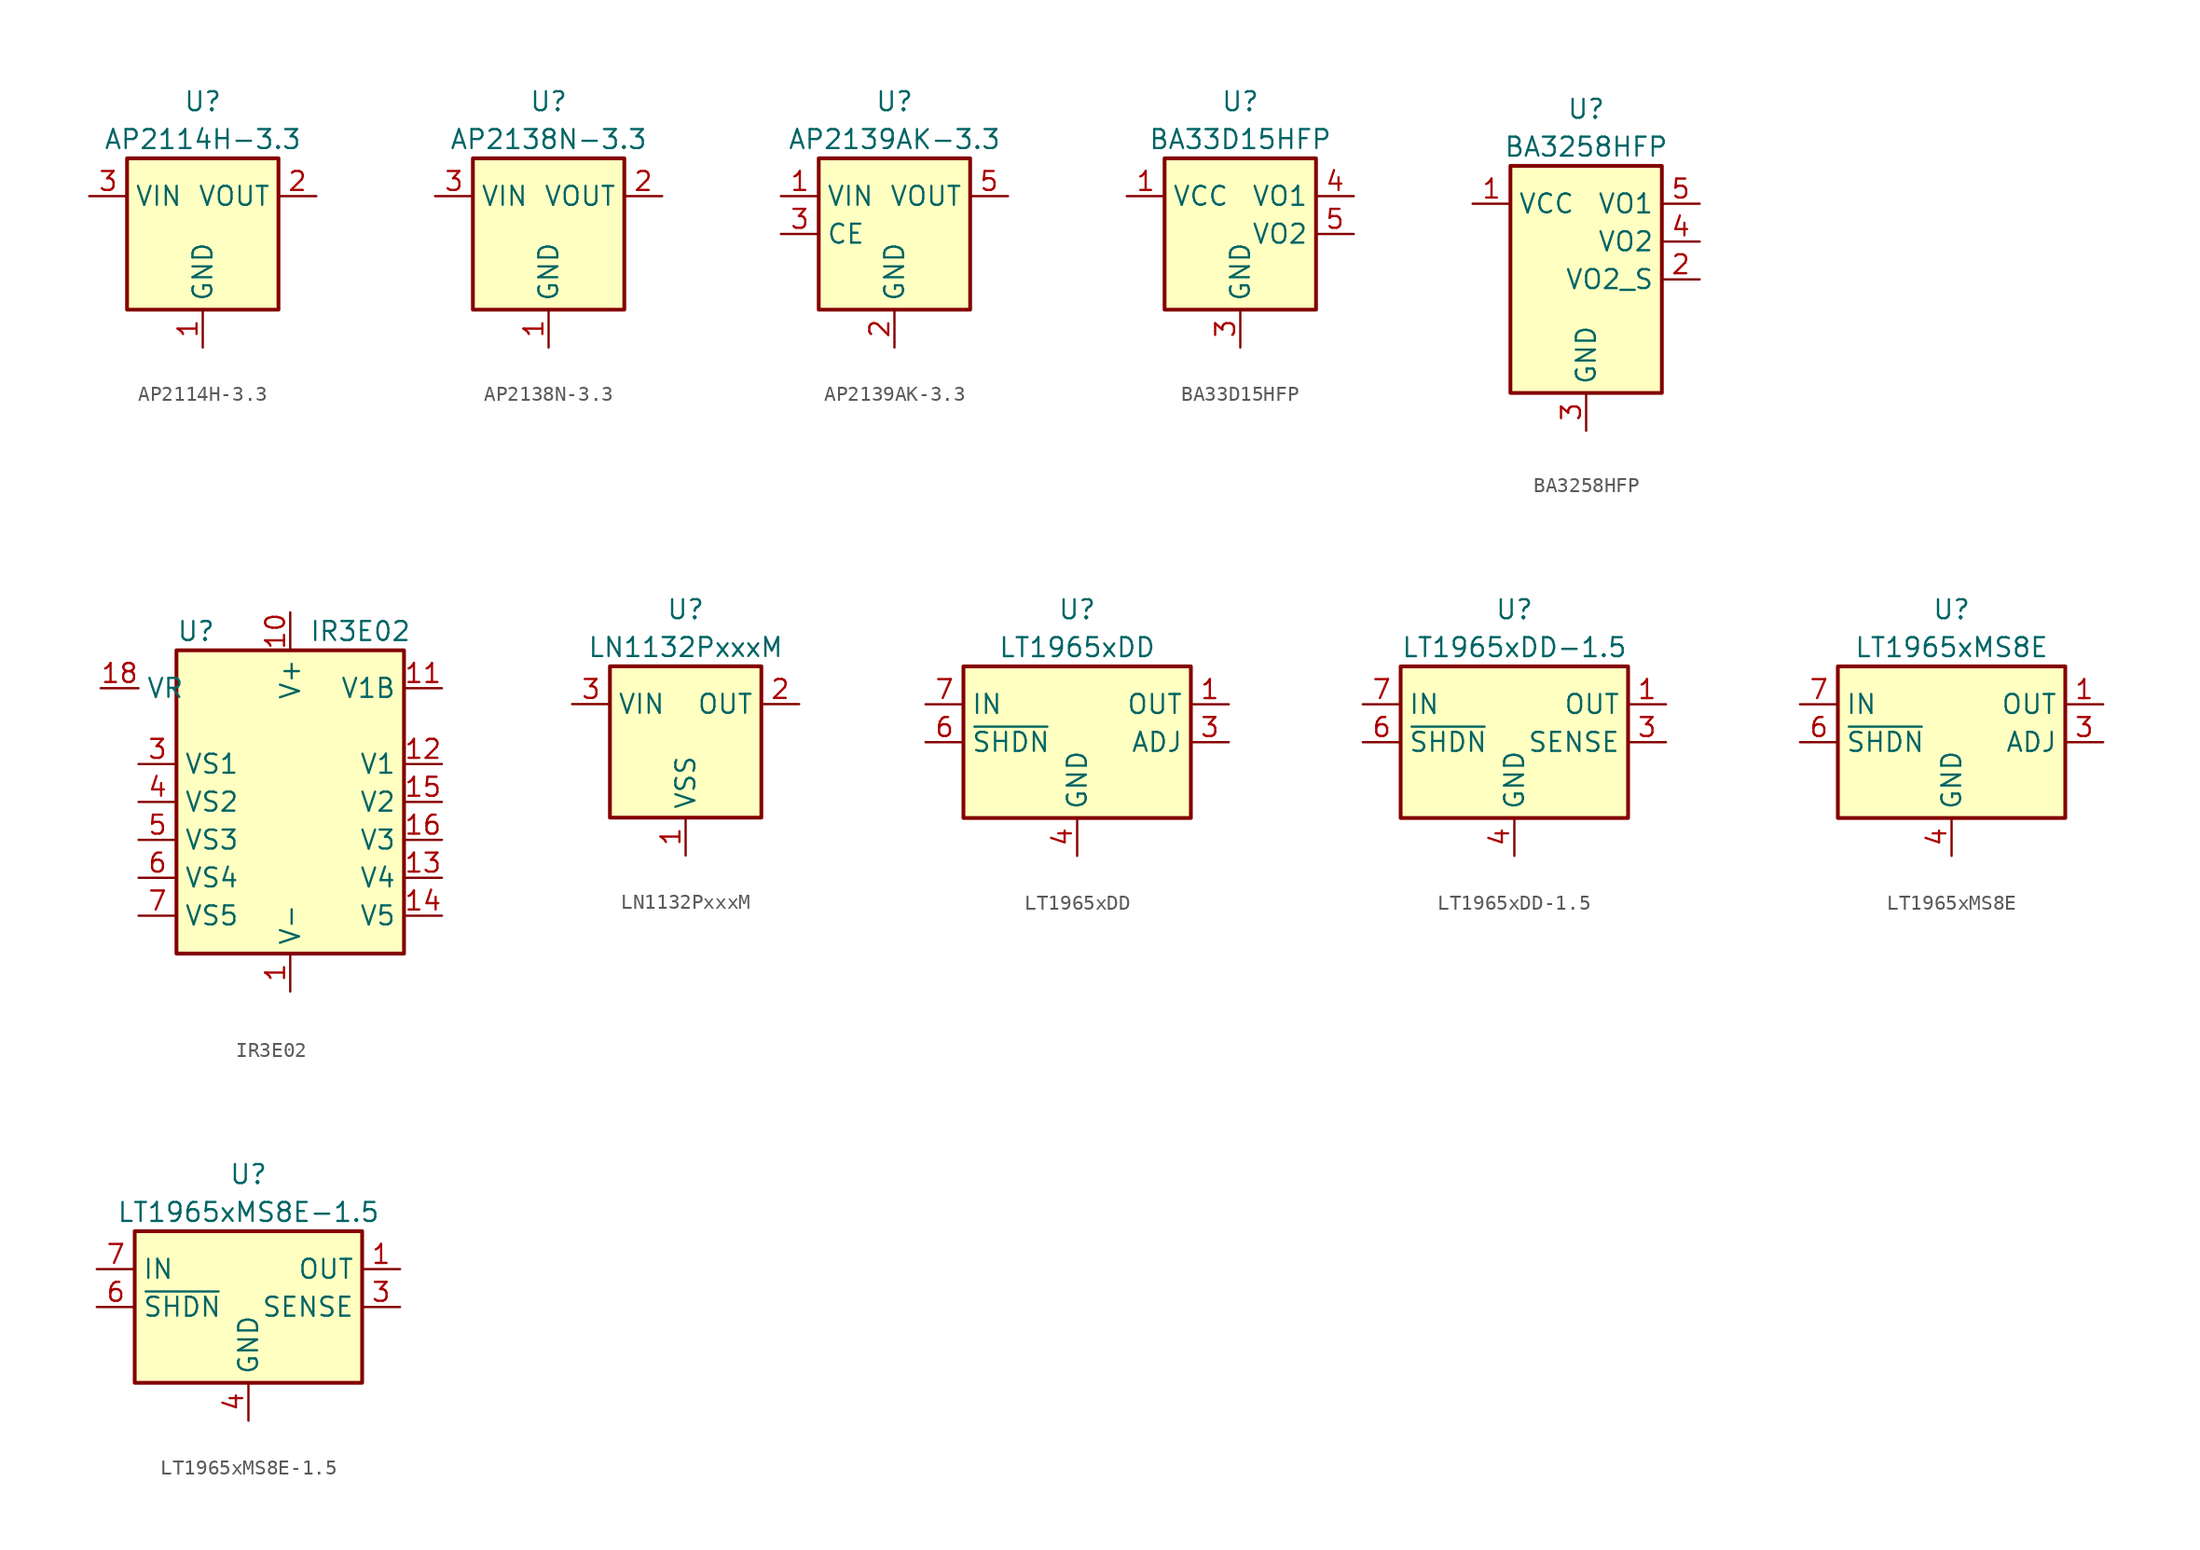
<source format=kicad_sym>
(kicad_symbol_lib
  (version 20211014)
  (generator kicad_symbol_editor)
  (symbol "AP2114H-3.3"
    (property "Reference" "U"
      (at 0 8.89 0)
      (effects (font (size 1.27 1.27))))
    (property "Value" "AP2114H-3.3"
      (at 0 6.35 0)
      (effects (font (size 1.27 1.27))))
    (symbol "AP2114H-3.3_1_1"
      (rectangle (start -5.08 5.08) (end 5.08 -5.08) (stroke (width 0.254) (type default) (color 0 0 0 0)) (fill (type background)))
      (pin power_in line (at 0 -7.62 90) (length 2.54) (name "GND" (effects (font (size 1.27 1.27)))) (number "1" (effects (font (size 1.27 1.27)))))
      (pin power_out line (at 7.62 2.54 180) (length 2.54) (name "VOUT" (effects (font (size 1.27 1.27)))) (number "2" (effects (font (size 1.27 1.27)))))
      (pin power_in line (at -7.62 2.54 0) (length 2.54) (name "VIN" (effects (font (size 1.27 1.27)))) (number "3" (effects (font (size 1.27 1.27)))))
      (pin passive line (at 7.62 2.54 180) (length 2.54) hide (name "VOUT" (effects (font (size 1.27 1.27)))) (number "4" (effects (font (size 1.27 1.27)))))))
  (symbol "AP2138N-3.3"
    (property "Reference" "U"
      (at 0 8.89 0)
      (effects (font (size 1.27 1.27))))
    (property "Value" "AP2138N-3.3"
      (at 0 6.35 0)
      (effects (font (size 1.27 1.27))))
    (symbol "AP2138N-3.3_1_1"
      (rectangle (start -5.08 5.08) (end 5.08 -5.08) (stroke (width 0.254) (type default) (color 0 0 0 0)) (fill (type background)))
      (pin power_in line (at 0 -7.62 90) (length 2.54) (name "GND" (effects (font (size 1.27 1.27)))) (number "1" (effects (font (size 1.27 1.27)))))
      (pin power_out line (at 7.62 2.54 180) (length 2.54) (name "VOUT" (effects (font (size 1.27 1.27)))) (number "2" (effects (font (size 1.27 1.27)))))
      (pin power_in line (at -7.62 2.54 0) (length 2.54) (name "VIN" (effects (font (size 1.27 1.27)))) (number "3" (effects (font (size 1.27 1.27)))))))
  (symbol "AP2139AK-3.3"
    (property "Reference" "U"
      (at 0 8.89 0)
      (effects (font (size 1.27 1.27))))
    (property "Value" "AP2139AK-3.3"
      (at 0 6.35 0)
      (effects (font (size 1.27 1.27))))
    (symbol "AP2139AK-3.3_1_1"
      (rectangle (start -5.08 5.08) (end 5.08 -5.08) (stroke (width 0.254) (type default) (color 0 0 0 0)) (fill (type background)))
      (pin power_in line (at -7.62 2.54 0) (length 2.54) (name "VIN" (effects (font (size 1.27 1.27)))) (number "1" (effects (font (size 1.27 1.27)))))
      (pin power_in line (at 0 -7.62 90) (length 2.54) (name "GND" (effects (font (size 1.27 1.27)))) (number "2" (effects (font (size 1.27 1.27)))))
      (pin input line (at -7.62 0 0) (length 2.54) (name "CE" (effects (font (size 1.27 1.27)))) (number "3" (effects (font (size 1.27 1.27)))))
      (pin no_connect line (at 5.08 0 180) (length 2.54) hide (name "NC" (effects (font (size 1.27 1.27)))) (number "4" (effects (font (size 1.27 1.27)))))
      (pin power_out line (at 7.62 2.54 180) (length 2.54) (name "VOUT" (effects (font (size 1.27 1.27)))) (number "5" (effects (font (size 1.27 1.27)))))))
  (symbol "BA33D15HFP"
    (property "Reference" "U"
      (at 0 8.89 0)
      (effects (font (size 1.27 1.27))))
    (property "Value" "BA33D15HFP"
      (at 0 6.35 0)
      (effects (font (size 1.27 1.27))))
    (symbol "BA33D15HFP_0_1"
      (rectangle (start -5.08 5.08) (end 5.08 -5.08) (stroke (width 0.254) (type default) (color 0 0 0 0)) (fill (type background))))
    (symbol "BA33D15HFP_1_1"
      (pin power_in line (at -7.62 2.54 0) (length 2.54) (name "VCC" (effects (font (size 1.27 1.27)))) (number "1" (effects (font (size 1.27 1.27)))))
      (pin no_connect line (at 2.54 -5.08 90) (length 2.54) hide (name "NC" (effects (font (size 1.27 1.27)))) (number "2" (effects (font (size 1.27 1.27)))))
      (pin power_in line (at 0 -7.62 90) (length 2.54) (name "GND" (effects (font (size 1.27 1.27)))) (number "3" (effects (font (size 1.27 1.27)))))
      (pin power_out line (at 7.62 2.54 180) (length 2.54) (name "VO1" (effects (font (size 1.27 1.27)))) (number "4" (effects (font (size 1.27 1.27)))))
      (pin power_out line (at 7.62 0 180) (length 2.54) (name "VO2" (effects (font (size 1.27 1.27)))) (number "5" (effects (font (size 1.27 1.27)))))))
  (symbol "BA3258HFP"
    (property "Reference" "U"
      (at 0 11.43 0)
      (effects (font (size 1.27 1.27))))
    (property "Value" "BA3258HFP"
      (at 0 8.89 0)
      (effects (font (size 1.27 1.27))))
    (symbol "BA3258HFP_0_1"
      (rectangle (start -5.08 7.62) (end 5.08 -7.62) (stroke (width 0.254) (type default) (color 0 0 0 0)) (fill (type background))))
    (symbol "BA3258HFP_1_1"
      (pin power_in line (at -7.62 5.08 0) (length 2.54) (name "VCC" (effects (font (size 1.27 1.27)))) (number "1" (effects (font (size 1.27 1.27)))))
      (pin input line (at 7.62 0 180) (length 2.54) (name "VO2_S" (effects (font (size 1.27 1.27)))) (number "2" (effects (font (size 1.27 1.27)))))
      (pin power_in line (at 0 -10.16 90) (length 2.54) (name "GND" (effects (font (size 1.27 1.27)))) (number "3" (effects (font (size 1.27 1.27)))))
      (pin power_out line (at 7.62 2.54 180) (length 2.54) (name "VO2" (effects (font (size 1.27 1.27)))) (number "4" (effects (font (size 1.27 1.27)))))
      (pin power_out line (at 7.62 5.08 180) (length 2.54) (name "VO1" (effects (font (size 1.27 1.27)))) (number "5" (effects (font (size 1.27 1.27)))))))
  (symbol "IR3E02"
    (property "Reference" "U"
      (at -7.62 11.43 0)
      (effects (font (size 1.27 1.27)) (justify left)))
    (property "Value" "IR3E02"
      (at 1.27 11.43 0)
      (effects (font (size 1.27 1.27)) (justify left)))
    (symbol "IR3E02_0_1"
      (rectangle (start -7.62 10.16) (end 7.62 -10.16) (stroke (width 0.254) (type default) (color 0 0 0 0)) (fill (type background))))
    (symbol "IR3E02_1_1"
      (pin power_in line (at 0 -12.7 90) (length 2.54) (name "V-" (effects (font (size 1.27 1.27)))) (number "1" (effects (font (size 1.27 1.27)))))
      (pin power_in line (at 0 12.7 270) (length 2.54) (name "V+" (effects (font (size 1.27 1.27)))) (number "10" (effects (font (size 1.27 1.27)))))
      (pin output line (at 10.16 7.62 180) (length 2.54) (name "V1B" (effects (font (size 1.27 1.27)))) (number "11" (effects (font (size 1.27 1.27)))))
      (pin input line (at 10.16 2.54 180) (length 2.54) (name "V1" (effects (font (size 1.27 1.27)))) (number "12" (effects (font (size 1.27 1.27)))))
      (pin output line (at 10.16 -5.08 180) (length 2.54) (name "V4" (effects (font (size 1.27 1.27)))) (number "13" (effects (font (size 1.27 1.27)))))
      (pin output line (at 10.16 -7.62 180) (length 2.54) (name "V5" (effects (font (size 1.27 1.27)))) (number "14" (effects (font (size 1.27 1.27)))))
      (pin output line (at 10.16 0 180) (length 2.54) (name "V2" (effects (font (size 1.27 1.27)))) (number "15" (effects (font (size 1.27 1.27)))))
      (pin output line (at 10.16 -2.54 180) (length 2.54) (name "V3" (effects (font (size 1.27 1.27)))) (number "16" (effects (font (size 1.27 1.27)))))
      (pin input line (at -12.7 7.62 0) (length 2.54) (name "VR" (effects (font (size 1.27 1.27)))) (number "18" (effects (font (size 1.27 1.27)))))
      (pin no_connect line (at -2.54 -10.16 90) (length 2.54) hide (name "NC" (effects (font (size 1.27 1.27)))) (number "2" (effects (font (size 1.27 1.27)))))
      (pin passive line (at -10.16 2.54 0) (length 2.54) (name "VS1" (effects (font (size 1.27 1.27)))) (number "3" (effects (font (size 1.27 1.27)))))
      (pin passive line (at -10.16 0 0) (length 2.54) (name "VS2" (effects (font (size 1.27 1.27)))) (number "4" (effects (font (size 1.27 1.27)))))
      (pin passive line (at -10.16 -2.54 0) (length 2.54) (name "VS3" (effects (font (size 1.27 1.27)))) (number "5" (effects (font (size 1.27 1.27)))))
      (pin passive line (at -10.16 -5.08 0) (length 2.54) (name "VS4" (effects (font (size 1.27 1.27)))) (number "6" (effects (font (size 1.27 1.27)))))
      (pin passive line (at -10.16 -7.62 0) (length 2.54) (name "VS5" (effects (font (size 1.27 1.27)))) (number "7" (effects (font (size 1.27 1.27)))))
      (pin no_connect line (at 2.54 -10.16 90) (length 2.54) hide (name "NC" (effects (font (size 1.27 1.27)))) (number "8" (effects (font (size 1.27 1.27)))))
      (pin passive line (at 0 -12.7 90) (length 2.54) hide (name "V-" (effects (font (size 1.27 1.27)))) (number "9" (effects (font (size 1.27 1.27)))))))
  (symbol "LN1132PxxxM"
    (property "Reference" "U"
      (at 0 8.89 0)
      (effects (font (size 1.27 1.27))))
    (property "Value" "LN1132PxxxM"
      (at 0 6.35 0)
      (effects (font (size 1.27 1.27))))
    (symbol "LN1132PxxxM_0_1"
      (rectangle (start -5.08 5.08) (end 5.08 -5.08) (stroke (width 0.254) (type default) (color 0 0 0 0)) (fill (type background))))
    (symbol "LN1132PxxxM_1_1"
      (pin power_in line (at 0 -7.62 90) (length 2.54) (name "VSS" (effects (font (size 1.27 1.27)))) (number "1" (effects (font (size 1.27 1.27)))))
      (pin power_out line (at 7.62 2.54 180) (length 2.54) (name "OUT" (effects (font (size 1.27 1.27)))) (number "2" (effects (font (size 1.27 1.27)))))
      (pin power_in line (at -7.62 2.54 0) (length 2.54) (name "VIN" (effects (font (size 1.27 1.27)))) (number "3" (effects (font (size 1.27 1.27)))))))
  (symbol "LT1965xDD"
    (property "Reference" "U"
      (at 0 8.89 0)
      (effects (font (size 1.27 1.27))))
    (property "Value" "LT1965xDD"
      (at 0 6.35 0)
      (effects (font (size 1.27 1.27))))
    (symbol "LT1965xDD_0_1"
      (rectangle (start -7.62 5.08) (end 7.62 -5.08) (stroke (width 0.254) (type default) (color 0 0 0 0)) (fill (type background))))
    (symbol "LT1965xDD_1_1"
      (pin power_out line (at 10.16 2.54 180) (length 2.54) (name "OUT" (effects (font (size 1.27 1.27)))) (number "1" (effects (font (size 1.27 1.27)))))
      (pin passive line (at 10.16 2.54 180) (length 2.54) hide (name "OUT" (effects (font (size 1.27 1.27)))) (number "2" (effects (font (size 1.27 1.27)))))
      (pin input line (at 10.16 0 180) (length 2.54) (name "ADJ" (effects (font (size 1.27 1.27)))) (number "3" (effects (font (size 1.27 1.27)))))
      (pin power_in line (at 0 -7.62 90) (length 2.54) (name "GND" (effects (font (size 1.27 1.27)))) (number "4" (effects (font (size 1.27 1.27)))))
      (pin passive line (at 0 -7.62 90) (length 2.54) hide (name "GND" (effects (font (size 1.27 1.27)))) (number "5" (effects (font (size 1.27 1.27)))))
      (pin input line (at -10.16 0 0) (length 2.54) (name "~{SHDN}" (effects (font (size 1.27 1.27)))) (number "6" (effects (font (size 1.27 1.27)))))
      (pin power_in line (at -10.16 2.54 0) (length 2.54) (name "IN" (effects (font (size 1.27 1.27)))) (number "7" (effects (font (size 1.27 1.27)))))
      (pin passive line (at -10.16 2.54 0) (length 2.54) hide (name "IN" (effects (font (size 1.27 1.27)))) (number "8" (effects (font (size 1.27 1.27)))))
      (pin passive line (at 0 -7.62 90) (length 2.54) hide (name "GND" (effects (font (size 1.27 1.27)))) (number "9" (effects (font (size 1.27 1.27)))))))
  (symbol "LT1965xDD-1.5"
    (property "Reference" "U"
      (at 0 8.89 0)
      (effects (font (size 1.27 1.27))))
    (property "Value" "LT1965xDD-1.5"
      (at 0 6.35 0)
      (effects (font (size 1.27 1.27))))
    (symbol "LT1965xDD-1.5_0_1"
      (rectangle (start -7.62 5.08) (end 7.62 -5.08) (stroke (width 0.254) (type default) (color 0 0 0 0)) (fill (type background))))
    (symbol "LT1965xDD-1.5_1_1"
      (pin power_out line (at 10.16 2.54 180) (length 2.54) (name "OUT" (effects (font (size 1.27 1.27)))) (number "1" (effects (font (size 1.27 1.27)))))
      (pin passive line (at 10.16 2.54 180) (length 2.54) hide (name "OUT" (effects (font (size 1.27 1.27)))) (number "2" (effects (font (size 1.27 1.27)))))
      (pin input line (at 10.16 0 180) (length 2.54) (name "SENSE" (effects (font (size 1.27 1.27)))) (number "3" (effects (font (size 1.27 1.27)))))
      (pin power_in line (at 0 -7.62 90) (length 2.54) (name "GND" (effects (font (size 1.27 1.27)))) (number "4" (effects (font (size 1.27 1.27)))))
      (pin passive line (at 0 -7.62 90) (length 2.54) hide (name "GND" (effects (font (size 1.27 1.27)))) (number "5" (effects (font (size 1.27 1.27)))))
      (pin input line (at -10.16 0 0) (length 2.54) (name "~{SHDN}" (effects (font (size 1.27 1.27)))) (number "6" (effects (font (size 1.27 1.27)))))
      (pin power_in line (at -10.16 2.54 0) (length 2.54) (name "IN" (effects (font (size 1.27 1.27)))) (number "7" (effects (font (size 1.27 1.27)))))
      (pin passive line (at -10.16 2.54 0) (length 2.54) hide (name "IN" (effects (font (size 1.27 1.27)))) (number "8" (effects (font (size 1.27 1.27)))))
      (pin passive line (at 0 -7.62 90) (length 2.54) hide (name "GND" (effects (font (size 1.27 1.27)))) (number "9" (effects (font (size 1.27 1.27)))))))
  (symbol "LT1965xMS8E"
    (property "Reference" "U"
      (at 0 8.89 0)
      (effects (font (size 1.27 1.27))))
    (property "Value" "LT1965xMS8E"
      (at 0 6.35 0)
      (effects (font (size 1.27 1.27))))
    (symbol "LT1965xMS8E_0_1"
      (rectangle (start -7.62 5.08) (end 7.62 -5.08) (stroke (width 0.254) (type default) (color 0 0 0 0)) (fill (type background))))
    (symbol "LT1965xMS8E_1_1"
      (pin power_out line (at 10.16 2.54 180) (length 2.54) (name "OUT" (effects (font (size 1.27 1.27)))) (number "1" (effects (font (size 1.27 1.27)))))
      (pin passive line (at 10.16 2.54 180) (length 2.54) hide (name "OUT" (effects (font (size 1.27 1.27)))) (number "2" (effects (font (size 1.27 1.27)))))
      (pin input line (at 10.16 0 180) (length 2.54) (name "ADJ" (effects (font (size 1.27 1.27)))) (number "3" (effects (font (size 1.27 1.27)))))
      (pin power_in line (at 0 -7.62 90) (length 2.54) (name "GND" (effects (font (size 1.27 1.27)))) (number "4" (effects (font (size 1.27 1.27)))))
      (pin passive line (at 0 -7.62 90) (length 2.54) hide (name "GND" (effects (font (size 1.27 1.27)))) (number "5" (effects (font (size 1.27 1.27)))))
      (pin input line (at -10.16 0 0) (length 2.54) (name "~{SHDN}" (effects (font (size 1.27 1.27)))) (number "6" (effects (font (size 1.27 1.27)))))
      (pin power_in line (at -10.16 2.54 0) (length 2.54) (name "IN" (effects (font (size 1.27 1.27)))) (number "7" (effects (font (size 1.27 1.27)))))
      (pin passive line (at -10.16 2.54 0) (length 2.54) hide (name "IN" (effects (font (size 1.27 1.27)))) (number "8" (effects (font (size 1.27 1.27)))))
      (pin passive line (at 0 -7.62 90) (length 2.54) hide (name "GND" (effects (font (size 1.27 1.27)))) (number "9" (effects (font (size 1.27 1.27)))))))
  (symbol "LT1965xMS8E-1.5"
    (property "Reference" "U"
      (at 0 8.89 0)
      (effects (font (size 1.27 1.27))))
    (property "Value" "LT1965xMS8E-1.5"
      (at 0 6.35 0)
      (effects (font (size 1.27 1.27))))
    (symbol "LT1965xMS8E-1.5_0_1"
      (rectangle (start -7.62 5.08) (end 7.62 -5.08) (stroke (width 0.254) (type default) (color 0 0 0 0)) (fill (type background))))
    (symbol "LT1965xMS8E-1.5_1_1"
      (pin power_out line (at 10.16 2.54 180) (length 2.54) (name "OUT" (effects (font (size 1.27 1.27)))) (number "1" (effects (font (size 1.27 1.27)))))
      (pin passive line (at 10.16 2.54 180) (length 2.54) hide (name "OUT" (effects (font (size 1.27 1.27)))) (number "2" (effects (font (size 1.27 1.27)))))
      (pin input line (at 10.16 0 180) (length 2.54) (name "SENSE" (effects (font (size 1.27 1.27)))) (number "3" (effects (font (size 1.27 1.27)))))
      (pin power_in line (at 0 -7.62 90) (length 2.54) (name "GND" (effects (font (size 1.27 1.27)))) (number "4" (effects (font (size 1.27 1.27)))))
      (pin passive line (at 0 -7.62 90) (length 2.54) hide (name "GND" (effects (font (size 1.27 1.27)))) (number "5" (effects (font (size 1.27 1.27)))))
      (pin input line (at -10.16 0 0) (length 2.54) (name "~{SHDN}" (effects (font (size 1.27 1.27)))) (number "6" (effects (font (size 1.27 1.27)))))
      (pin power_in line (at -10.16 2.54 0) (length 2.54) (name "IN" (effects (font (size 1.27 1.27)))) (number "7" (effects (font (size 1.27 1.27)))))
      (pin passive line (at -10.16 2.54 0) (length 2.54) hide (name "IN" (effects (font (size 1.27 1.27)))) (number "8" (effects (font (size 1.27 1.27)))))
      (pin passive line (at 0 -7.62 90) (length 2.54) hide (name "GND" (effects (font (size 1.27 1.27)))) (number "9" (effects (font (size 1.27 1.27))))))))
</source>
